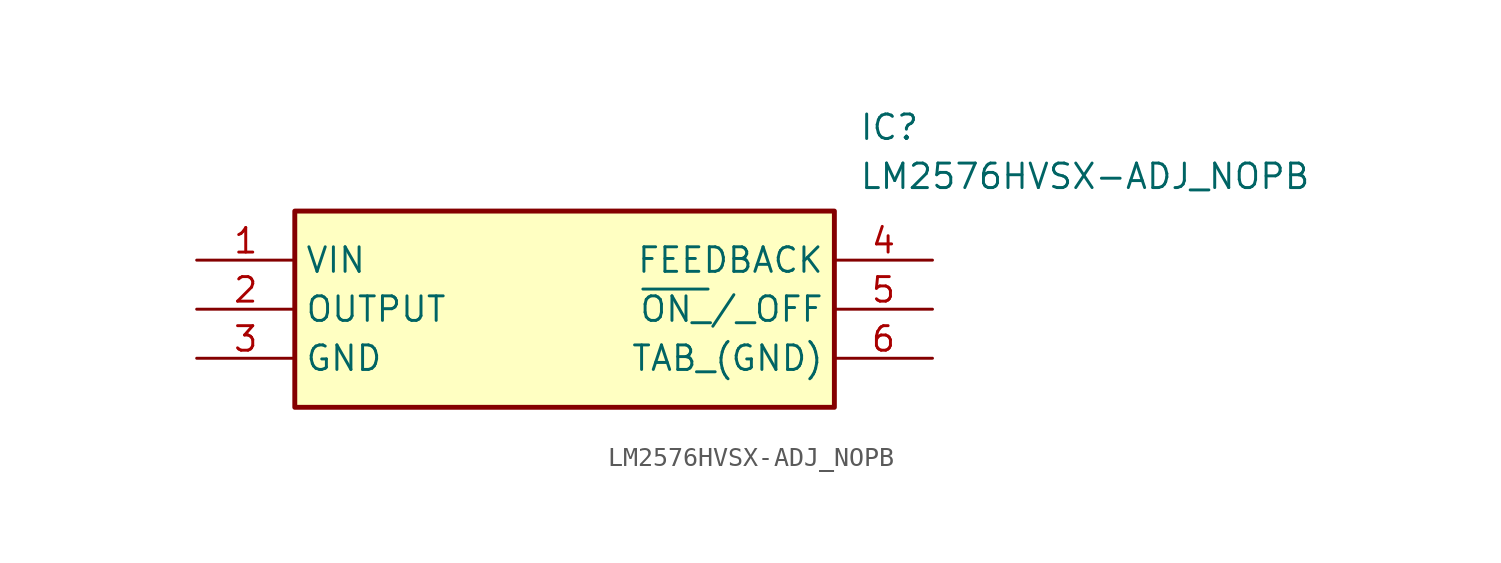
<source format=kicad_sym>
(kicad_symbol_lib
  (version 20211014)
  (generator SamacSys_ECAD_Model)
  (symbol "LM2576HVSX-ADJ_NOPB"
    (property "Reference" "IC"
      (at 34.29 7.62 0)
      (effects (font (size 1.27 1.27)) (justify left top)))
    (property "Value" "LM2576HVSX-ADJ_NOPB"
      (at 34.29 5.08 0)
      (effects (font (size 1.27 1.27)) (justify left top)))
    (rectangle
      (start 5.08 2.54)
      (end 33.02 -7.62)
      (stroke (width 0.254) (type default))
      (fill (type background)))
    (pin passive line
      (at 0 0 0)
      (length 5.08)
      (name "VIN" (effects (font (size 1.27 1.27))))
      (number "1" (effects (font (size 1.27 1.27)))))
    (pin passive line
      (at 0 -2.54 0)
      (length 5.08)
      (name "OUTPUT" (effects (font (size 1.27 1.27))))
      (number "2" (effects (font (size 1.27 1.27)))))
    (pin passive line
      (at 0 -5.08 0)
      (length 5.08)
      (name "GND" (effects (font (size 1.27 1.27))))
      (number "3" (effects (font (size 1.27 1.27)))))
    (pin passive line
      (at 38.1 0 180)
      (length 5.08)
      (name "FEEDBACK" (effects (font (size 1.27 1.27))))
      (number "4" (effects (font (size 1.27 1.27)))))
    (pin passive line
      (at 38.1 -2.54 180)
      (length 5.08)
      (name "~{ON_}/_OFF" (effects (font (size 1.27 1.27))))
      (number "5" (effects (font (size 1.27 1.27)))))
    (pin passive line
      (at 38.1 -5.08 180)
      (length 5.08)
      (name "TAB_(GND)" (effects (font (size 1.27 1.27))))
      (number "6" (effects (font (size 1.27 1.27)))))))
</source>
